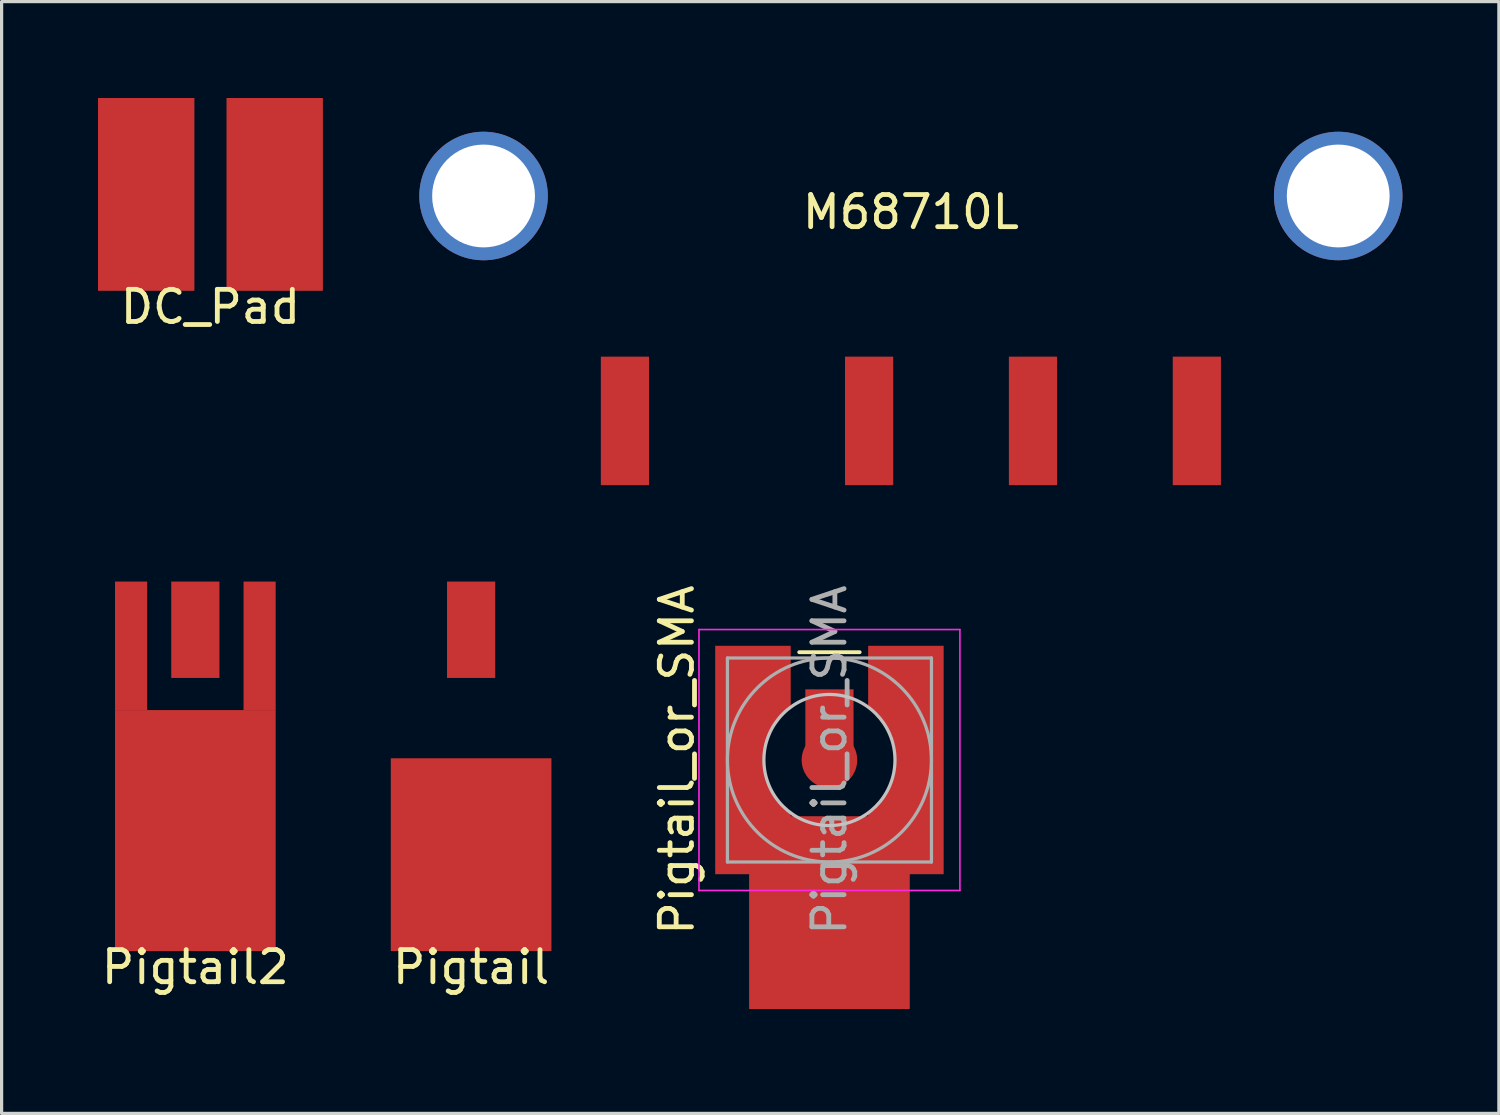
<source format=kicad_pcb>
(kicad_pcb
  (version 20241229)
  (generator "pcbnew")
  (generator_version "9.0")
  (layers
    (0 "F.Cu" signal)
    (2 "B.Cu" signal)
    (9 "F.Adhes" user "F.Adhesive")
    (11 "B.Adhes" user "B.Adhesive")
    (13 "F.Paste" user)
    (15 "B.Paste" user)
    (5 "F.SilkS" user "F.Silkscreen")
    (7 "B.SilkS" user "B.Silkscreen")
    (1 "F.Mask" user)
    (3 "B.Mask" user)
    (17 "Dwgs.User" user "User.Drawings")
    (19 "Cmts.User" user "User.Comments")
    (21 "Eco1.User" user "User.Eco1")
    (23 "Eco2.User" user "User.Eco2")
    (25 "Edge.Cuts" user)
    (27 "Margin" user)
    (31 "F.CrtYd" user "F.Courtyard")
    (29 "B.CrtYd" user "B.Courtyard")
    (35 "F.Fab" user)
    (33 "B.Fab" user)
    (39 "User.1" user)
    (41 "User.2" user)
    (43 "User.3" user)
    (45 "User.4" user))
  (footprint "Pigtail2"
    (layer "F.Cu")
    (at 3.03 26.55)
    (property "Reference" "Pigtail2" (at 0 0.5 0) (layer "F.SilkS") (effects (font (size 1 1) (thickness 0.15))))
    (attr through_hole)
    (pad "1" smd rect (at 0 -10) (size 1.5 3) (layers "F.Cu" "F.Mask" "F.Paste"))
    (pad "2" smd rect (at -2 -9.5) (size 1 4) (layers "F.Cu" "F.Mask" "F.Paste"))
    (pad "2" smd rect (at 0 -3.75) (size 5 7.5) (layers "F.Cu" "F.Mask" "F.Paste"))
    (pad "2" smd rect (at 2 -9.5) (size 1 4) (layers "F.Cu" "F.Mask" "F.Paste")))
  (footprint "Pigtail_or_SMA"
    (layer "F.Cu")
    (at 22.765 28.354)
    (property "Reference" "Pigtail_or_SMA" (at -4.75 -7.75 90) (layer "F.SilkS") (effects (font (size 1 1) (thickness 0.15))))
    (attr smd)
    (fp_line (start -0.94 -11.105) (end 0.94 -11.105) (stroke (width 0.12) (type solid)) (layer "F.SilkS"))
    (fp_circle (center 0 -7.75) (end 0 -9.79) (stroke (width 0.1) (type solid)) (fill no) (layer "Dwgs.User"))
    (fp_line (start -4.06 -3.69) (end -4.06 -11.81) (stroke (width 0.05) (type solid)) (layer "F.CrtYd"))
    (fp_line (start -4.06 -3.69) (end 4.06 -3.69) (stroke (width 0.05) (type solid)) (layer "F.CrtYd"))
    (fp_line (start 4.06 -11.81) (end -4.06 -11.81) (stroke (width 0.05) (type solid)) (layer "F.CrtYd"))
    (fp_line (start 4.06 -11.81) (end 4.06 -3.69) (stroke (width 0.05) (type solid)) (layer "F.CrtYd"))
    (fp_line (start -3.175 -10.925) (end 3.175 -10.925) (stroke (width 0.1) (type solid)) (layer "F.Fab"))
    (fp_line (start -3.175 -4.575) (end -3.175 -10.925) (stroke (width 0.1) (type solid)) (layer "F.Fab"))
    (fp_line (start -3.175 -4.575) (end 3.175 -4.575) (stroke (width 0.1) (type solid)) (layer "F.Fab"))
    (fp_line (start 3.175 -4.575) (end 3.175 -10.925) (stroke (width 0.1) (type solid)) (layer "F.Fab"))
    (fp_circle (center 0 -7.75) (end 0 -10.925) (stroke (width 0.1) (type solid)) (fill no) (layer "F.Fab"))
    (fp_text user "${REFERENCE}" (at 0 -7.75 90) (layer "F.Fab") (effects (font (size 1 1) (thickness 0.15))))
    (pad "1" smd rect (at 0 -8.75) (size 1.5 2.4) (layers "F.Cu" "F.Mask" "F.Paste"))
    (pad "1" smd circle (at 0 -7.75 180) (size 1.73 1.73) (layers "F.Cu" "F.Mask" "F.Paste"))
    (pad "2" smd custom (at -2.8 -7.75 270) (size 7.11 1.51) (layers "F.Cu" "F.Mask" "F.Paste") (options (anchor rect)) (primitives (gr_poly (pts (xy -1.645 -1.595) (xy -1.5 -1.42) (xy -1.36 -1.28) (xy -1.205 -1.155) (xy -1.035 -1.045) (xy -0.86 -0.95) (xy -0.675 -0.875) (xy -0.48 -0.82) (xy -0.28 -0.78) (xy -0.085 -0.765) (xy 0 -0.765) (xy 0 0.755) (xy -3.555 0.755) (xy -3.555 -1.595)) (width 0) (fill yes)) (gr_poly (pts (xy 1.645 -1.595) (xy 1.5 -1.42) (xy 1.36 -1.28) (xy 1.205 -1.155) (xy 1.035 -1.045) (xy 0.86 -0.95) (xy 0.675 -0.875) (xy 0.48 -0.82) (xy 0.28 -0.78) (xy 0.085 -0.765) (xy 0 -0.765) (xy 0 0.755) (xy 3.555 0.755) (xy 3.555 -1.595)) (width 0) (fill yes))))
    (pad "2" smd rect (at 0 -3) (size 5 6) (layers "F.Cu" "F.Mask" "F.Paste"))
    (pad "2" smd custom (at 2.8 -7.75 90) (size 7.11 1.51) (layers "F.Cu" "F.Mask" "F.Paste") (options (anchor rect)) (primitives (gr_poly (pts (xy -1.645 -1.595) (xy -1.5 -1.42) (xy -1.36 -1.28) (xy -1.205 -1.155) (xy -1.035 -1.045) (xy -0.86 -0.95) (xy -0.675 -0.875) (xy -0.48 -0.82) (xy -0.28 -0.78) (xy -0.085 -0.765) (xy 0 -0.765) (xy 0 0.755) (xy -3.555 0.755) (xy -3.555 -1.595)) (width 0) (fill yes)) (gr_poly (pts (xy 1.645 -1.595) (xy 1.5 -1.42) (xy 1.36 -1.28) (xy 1.205 -1.155) (xy 1.035 -1.045) (xy 0.86 -0.95) (xy 0.675 -0.875) (xy 0.48 -0.82) (xy 0.28 -0.78) (xy 0.085 -0.765) (xy 0 -0.765) (xy 0 0.755) (xy 3.555 0.755) (xy 3.555 -1.595)) (width 0) (fill yes)))))
  (footprint "Pigtail"
    (layer "F.Cu")
    (at 11.613 26.55)
    (property "Reference" "Pigtail" (at 0 0.5 0) (layer "F.SilkS") (effects (font (size 1 1) (thickness 0.15))))
    (attr through_hole)
    (pad "1" smd rect (at 0 -10) (size 1.5 3) (layers "F.Cu" "F.Mask" "F.Paste"))
    (pad "2" smd rect (at 0 -3) (size 5 6) (layers "F.Cu" "F.Mask" "F.Paste")))
  (footprint "DC_Pad"
    (layer "F.Cu")
    (at 3.5 6)
    (property "Reference" "DC_Pad" (at 0 0.5 0) (layer "F.SilkS") (effects (font (size 1 1) (thickness 0.15))))
    (attr through_hole)
    (pad "1" smd rect (at 2 -3) (size 3 6) (layers "F.Cu" "F.Mask" "F.Paste"))
    (pad "2" smd rect (at -2 -3) (size 3 6) (layers "F.Cu" "F.Mask" "F.Paste")))
  (footprint "M68710L"
    (layer "F.Cu")
    (at 25.3 3.05)
    (property "Reference" "M68710L" (at 0 0.5 0) (layer "F.SilkS") (effects (font (size 1 1) (thickness 0.15))))
    (attr through_hole)
    (fp_poly (pts (xy -15 -3) (xy 15 -3) (xy 15 3) (xy -15 3)) (stroke (width 0.1) (type solid)) (fill yes) (layer "F.Mask"))
    (pad "1" smd rect (at -8.9 7) (size 1.5 4) (layers "F.Cu" "F.Mask" "F.Paste"))
    (pad "2" smd rect (at -1.3 7) (size 1.5 4) (layers "F.Cu" "F.Mask" "F.Paste"))
    (pad "3" smd rect (at 3.8 7) (size 1.5 4) (layers "F.Cu" "F.Mask" "F.Paste"))
    (pad "4" smd rect (at 8.9 7) (size 1.5 4) (layers "F.Cu" "F.Mask" "F.Paste"))
    (pad "5" thru_hole circle (at -13.3 0) (size 4 4) (drill 3.2) (layers "*.Cu" "*.Mask"))
    (pad "5" thru_hole circle (at 13.3 0) (size 4 4) (drill 3.2) (layers "*.Cu" "*.Mask")))
  (gr_rect
    (start -3 -3)
    (end 43.6 31.604)
    (stroke (width 0.1) (type default))
    (fill no)
    (layer "Edge.Cuts")))
</source>
